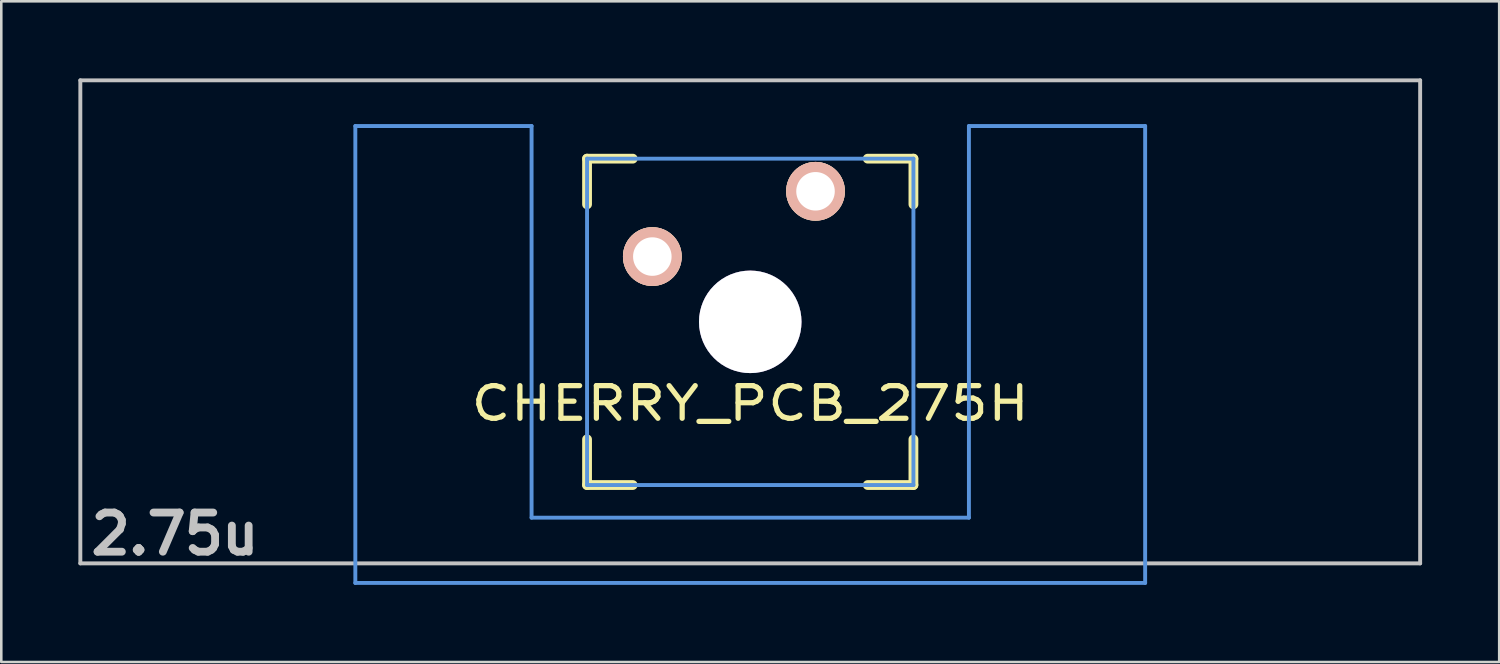
<source format=kicad_pcb>
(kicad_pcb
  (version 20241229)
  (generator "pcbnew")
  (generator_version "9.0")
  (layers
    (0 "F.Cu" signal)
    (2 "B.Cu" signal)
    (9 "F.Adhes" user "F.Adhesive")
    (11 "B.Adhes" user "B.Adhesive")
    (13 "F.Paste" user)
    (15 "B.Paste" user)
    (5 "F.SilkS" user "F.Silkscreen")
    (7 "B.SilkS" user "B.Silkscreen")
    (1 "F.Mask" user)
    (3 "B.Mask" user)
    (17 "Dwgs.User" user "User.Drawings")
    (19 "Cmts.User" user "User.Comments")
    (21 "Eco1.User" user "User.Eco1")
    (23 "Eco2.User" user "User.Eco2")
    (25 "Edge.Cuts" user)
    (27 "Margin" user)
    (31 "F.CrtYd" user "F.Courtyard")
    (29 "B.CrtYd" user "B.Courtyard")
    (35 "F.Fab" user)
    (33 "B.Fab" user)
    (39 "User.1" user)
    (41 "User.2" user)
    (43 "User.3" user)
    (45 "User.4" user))
  (footprint "CHERRY_PCB_275H"
    (layer "F.Cu")
    (at 26.144 9.474)
    (property "Reference" "CHERRY_PCB_275H" (at 0 3.175 0) (layer "F.SilkS") (effects (font (size 1.27 1.524) (thickness 0.203))))
    (attr through_hole)
    (fp_line (start -6.35 -6.35) (end -4.572 -6.35) (stroke (width 0.381) (type solid)) (layer "F.SilkS"))
    (fp_line (start -6.35 -4.572) (end -6.35 -6.35) (stroke (width 0.381) (type solid)) (layer "F.SilkS"))
    (fp_line (start -6.35 6.35) (end -6.35 4.572) (stroke (width 0.381) (type solid)) (layer "F.SilkS"))
    (fp_line (start -4.572 6.35) (end -6.35 6.35) (stroke (width 0.381) (type solid)) (layer "F.SilkS"))
    (fp_line (start 4.572 -6.35) (end 6.35 -6.35) (stroke (width 0.381) (type solid)) (layer "F.SilkS"))
    (fp_line (start 6.35 -6.35) (end 6.35 -4.572) (stroke (width 0.381) (type solid)) (layer "F.SilkS"))
    (fp_line (start 6.35 4.572) (end 6.35 6.35) (stroke (width 0.381) (type solid)) (layer "F.SilkS"))
    (fp_line (start 6.35 6.35) (end 4.572 6.35) (stroke (width 0.381) (type solid)) (layer "F.SilkS"))
    (fp_line (start -26.068 -9.398) (end 26.068 -9.398) (stroke (width 0.152) (type solid)) (layer "Dwgs.User"))
    (fp_line (start -26.068 9.398) (end -26.068 -9.398) (stroke (width 0.152) (type solid)) (layer "Dwgs.User"))
    (fp_line (start 26.068 -9.398) (end 26.068 9.398) (stroke (width 0.152) (type solid)) (layer "Dwgs.User"))
    (fp_line (start 26.068 9.398) (end -26.068 9.398) (stroke (width 0.152) (type solid)) (layer "Dwgs.User"))
    (fp_line (start -15.367 -7.62) (end -15.367 10.16) (stroke (width 0.152) (type solid)) (layer "Cmts.User"))
    (fp_line (start -15.367 10.16) (end 15.367 10.16) (stroke (width 0.152) (type solid)) (layer "Cmts.User"))
    (fp_line (start -8.509 -7.62) (end -15.367 -7.62) (stroke (width 0.152) (type solid)) (layer "Cmts.User"))
    (fp_line (start -8.509 7.62) (end -8.509 -7.62) (stroke (width 0.152) (type solid)) (layer "Cmts.User"))
    (fp_line (start -6.35 -6.35) (end 6.35 -6.35) (stroke (width 0.152) (type solid)) (layer "Cmts.User"))
    (fp_line (start -6.35 6.35) (end -6.35 -6.35) (stroke (width 0.152) (type solid)) (layer "Cmts.User"))
    (fp_line (start 6.35 -6.35) (end 6.35 6.35) (stroke (width 0.152) (type solid)) (layer "Cmts.User"))
    (fp_line (start 6.35 6.35) (end -6.35 6.35) (stroke (width 0.152) (type solid)) (layer "Cmts.User"))
    (fp_line (start 8.509 -7.62) (end 8.509 7.62) (stroke (width 0.152) (type solid)) (layer "Cmts.User"))
    (fp_line (start 8.509 7.62) (end -8.509 7.62) (stroke (width 0.152) (type solid)) (layer "Cmts.User"))
    (fp_line (start 15.367 -7.62) (end 8.509 -7.62) (stroke (width 0.152) (type solid)) (layer "Cmts.User"))
    (fp_line (start 15.367 10.16) (end 15.367 -7.62) (stroke (width 0.152) (type solid)) (layer "Cmts.User"))
    (fp_line (start -16.129 -2.286) (end -15.265 -2.286) (stroke (width 0.152) (type solid)) (layer "Eco2.User"))
    (fp_line (start -16.129 0.508) (end -16.129 -2.286) (stroke (width 0.152) (type solid)) (layer "Eco2.User"))
    (fp_line (start -15.265 -5.69) (end -8.611 -5.69) (stroke (width 0.152) (type solid)) (layer "Eco2.User"))
    (fp_line (start -15.265 -2.286) (end -15.265 -5.69) (stroke (width 0.152) (type solid)) (layer "Eco2.User"))
    (fp_line (start -15.265 0.508) (end -16.129 0.508) (stroke (width 0.152) (type solid)) (layer "Eco2.User"))
    (fp_line (start -15.265 6.604) (end -15.265 0.508) (stroke (width 0.152) (type solid)) (layer "Eco2.User"))
    (fp_line (start -14.224 6.604) (end -15.265 6.604) (stroke (width 0.152) (type solid)) (layer "Eco2.User"))
    (fp_line (start -14.224 7.772) (end -14.224 6.604) (stroke (width 0.152) (type solid)) (layer "Eco2.User"))
    (fp_line (start -9.652 6.604) (end -9.652 7.772) (stroke (width 0.152) (type solid)) (layer "Eco2.User"))
    (fp_line (start -9.652 7.772) (end -14.224 7.772) (stroke (width 0.152) (type solid)) (layer "Eco2.User"))
    (fp_line (start -8.611 -5.69) (end -8.611 -4.877) (stroke (width 0.152) (type solid)) (layer "Eco2.User"))
    (fp_line (start -8.611 -4.877) (end -6.985 -4.877) (stroke (width 0.152) (type solid)) (layer "Eco2.User"))
    (fp_line (start -8.611 5.817) (end -8.611 6.604) (stroke (width 0.152) (type solid)) (layer "Eco2.User"))
    (fp_line (start -8.611 6.604) (end -9.652 6.604) (stroke (width 0.152) (type solid)) (layer "Eco2.User"))
    (fp_line (start -6.985 -6.985) (end 6.985 -6.985) (stroke (width 0.152) (type solid)) (layer "Eco2.User"))
    (fp_line (start -6.985 -4.877) (end -6.985 -6.985) (stroke (width 0.152) (type solid)) (layer "Eco2.User"))
    (fp_line (start -6.985 5.817) (end -8.611 5.817) (stroke (width 0.152) (type solid)) (layer "Eco2.User"))
    (fp_line (start -6.985 6.985) (end -6.985 5.817) (stroke (width 0.152) (type solid)) (layer "Eco2.User"))
    (fp_line (start 6.985 -6.985) (end 6.985 -4.877) (stroke (width 0.152) (type solid)) (layer "Eco2.User"))
    (fp_line (start 6.985 -4.877) (end 8.611 -4.877) (stroke (width 0.152) (type solid)) (layer "Eco2.User"))
    (fp_line (start 6.985 5.817) (end 6.985 6.985) (stroke (width 0.152) (type solid)) (layer "Eco2.User"))
    (fp_line (start 6.985 6.985) (end -6.985 6.985) (stroke (width 0.152) (type solid)) (layer "Eco2.User"))
    (fp_line (start 8.611 -5.69) (end 15.265 -5.69) (stroke (width 0.152) (type solid)) (layer "Eco2.User"))
    (fp_line (start 8.611 -4.877) (end 8.611 -5.69) (stroke (width 0.152) (type solid)) (layer "Eco2.User"))
    (fp_line (start 8.611 5.817) (end 6.985 5.817) (stroke (width 0.152) (type solid)) (layer "Eco2.User"))
    (fp_line (start 8.611 6.604) (end 8.611 5.817) (stroke (width 0.152) (type solid)) (layer "Eco2.User"))
    (fp_line (start 9.652 6.604) (end 8.611 6.604) (stroke (width 0.152) (type solid)) (layer "Eco2.User"))
    (fp_line (start 9.652 7.772) (end 9.652 6.604) (stroke (width 0.152) (type solid)) (layer "Eco2.User"))
    (fp_line (start 14.224 6.604) (end 14.224 7.772) (stroke (width 0.152) (type solid)) (layer "Eco2.User"))
    (fp_line (start 14.224 7.772) (end 9.652 7.772) (stroke (width 0.152) (type solid)) (layer "Eco2.User"))
    (fp_line (start 15.265 -5.69) (end 15.265 -2.286) (stroke (width 0.152) (type solid)) (layer "Eco2.User"))
    (fp_line (start 15.265 -2.286) (end 16.129 -2.286) (stroke (width 0.152) (type solid)) (layer "Eco2.User"))
    (fp_line (start 15.265 0.508) (end 15.265 6.604) (stroke (width 0.152) (type solid)) (layer "Eco2.User"))
    (fp_line (start 15.265 6.604) (end 14.224 6.604) (stroke (width 0.152) (type solid)) (layer "Eco2.User"))
    (fp_line (start 16.129 -2.286) (end 16.129 0.508) (stroke (width 0.152) (type solid)) (layer "Eco2.User"))
    (fp_line (start 16.129 0.508) (end 15.265 0.508) (stroke (width 0.152) (type solid)) (layer "Eco2.User"))
    (fp_text user "2.75u" (at -22.385 8.255 0) (layer "Dwgs.User") (effects (font (size 1.524 1.524) (thickness 0.305))))
    (pad "1" thru_hole circle (at 2.54 -5.08) (size 2.286 2.286) (drill 1.499) (layers "*.Cu" "*.SilkS" "*.Mask"))
    (pad "2" thru_hole circle (at -3.81 -2.54) (size 2.286 2.286) (drill 1.499) (layers "*.Cu" "*.SilkS" "*.Mask"))
    (pad "HOLE" thru_hole circle (at 0 0) (size 3.988 3.988) (drill 3.988) (layers "*.Cu" "*.Mask")))
  (gr_rect
    (start -3 -3)
    (end 55.288 22.71)
    (stroke (width 0.1) (type default))
    (fill no)
    (layer "Edge.Cuts")))
</source>
